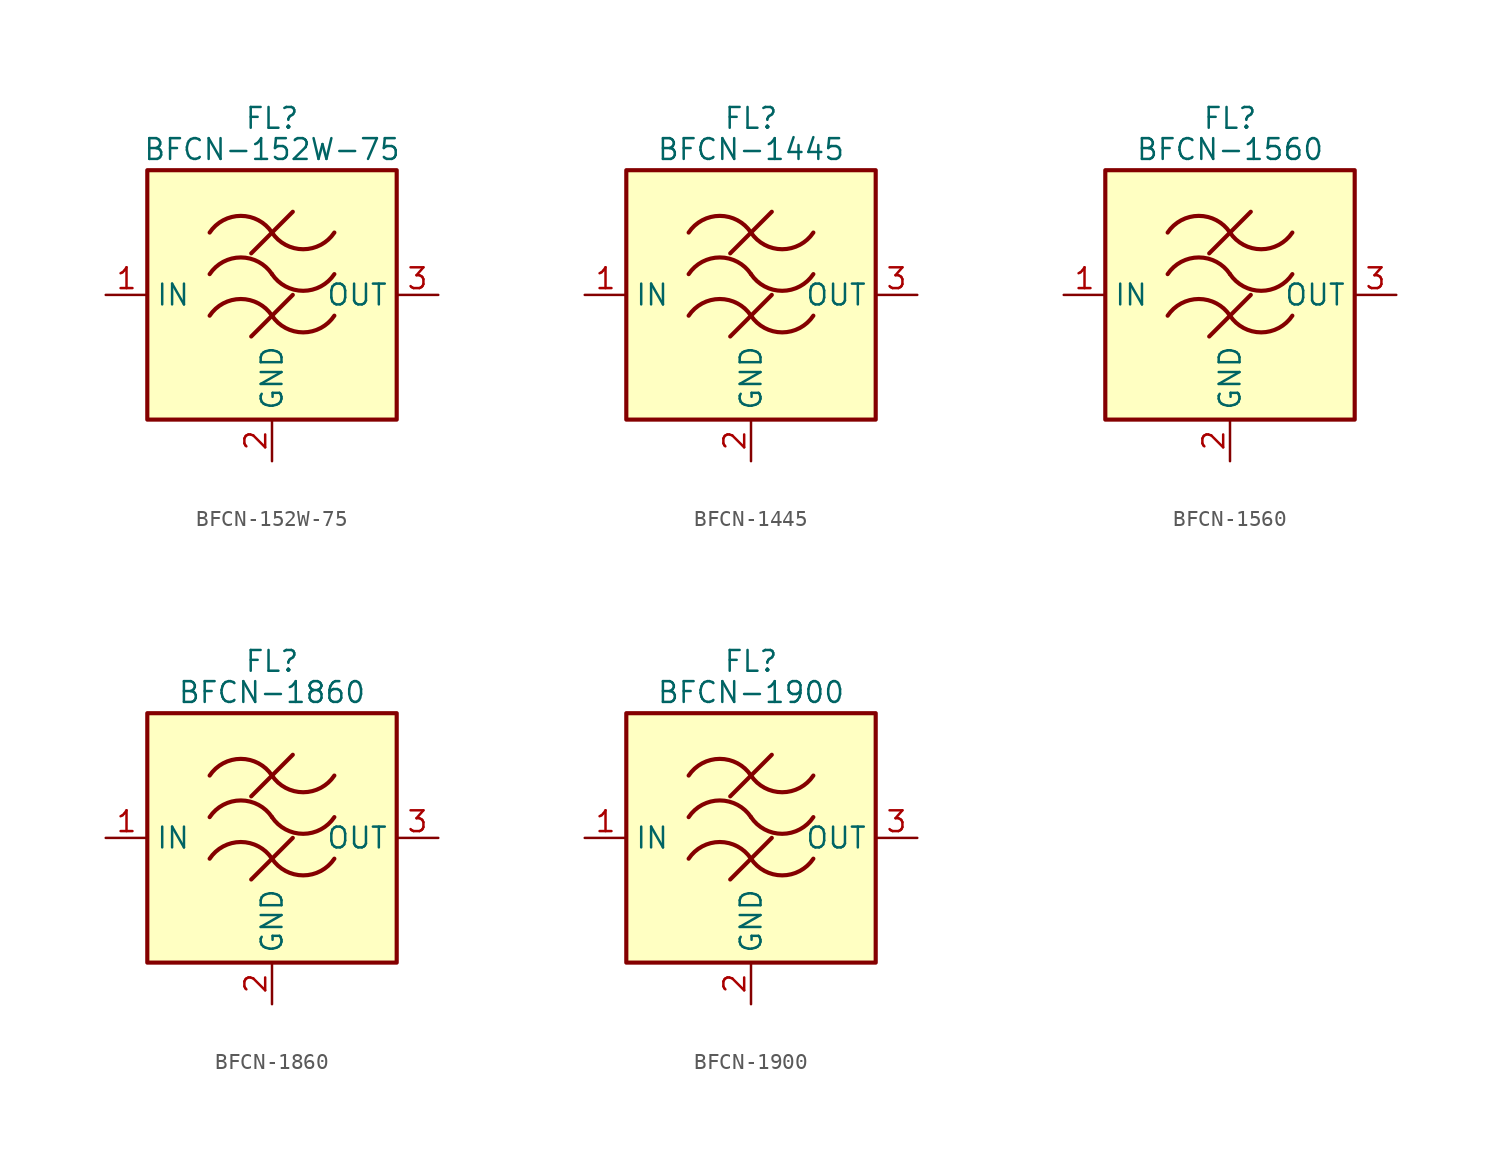
<source format=kicad_sym>
(kicad_symbol_lib
  (version 20201005)
  (generator kicad_symbol_editor)
  (symbol "RF_Filter:BFCN-152W-75"
    (property "Reference" "FL"
      (at 0 10.795 0)
      (effects (font (size 1.27 1.27))))
    (property "Value" "BFCN-152W-75"
      (at 0 8.89 0)
      (effects (font (size 1.27 1.27))))
    (symbol "BFCN-152W-75_0_1"
      (arc (start -3.81 -1.27) (end 0 -1.27) (radius (at -1.905 -2.54) (length 2.286) (angles 146.3 33.7)) (stroke (width 0.254)) (fill (type none)))
      (arc (start -3.81 1.27) (end 0 1.27) (radius (at -1.905 0) (length 2.286) (angles 146.3 33.7)) (stroke (width 0.254)) (fill (type none)))
      (arc (start -3.81 3.81) (end 0 3.81) (radius (at -1.905 2.54) (length 2.286) (angles 146.3 33.7)) (stroke (width 0.254)) (fill (type none)))
      (arc (start 0 -1.27) (end 3.81 -1.27) (radius (at 1.905 0) (length 2.286) (angles -146.3 -33.7)) (stroke (width 0.254)) (fill (type none)))
      (arc (start 0 1.27) (end 3.81 1.27) (radius (at 1.905 2.54) (length 2.286) (angles -146.3 -33.7)) (stroke (width 0.254)) (fill (type none)))
      (arc (start 0 3.81) (end 3.81 3.81) (radius (at 1.905 5.08) (length 2.286) (angles -146.3 -33.7)) (stroke (width 0.254)) (fill (type none)))
      (rectangle (start -7.62 7.62) (end 7.62 -7.62) (stroke (width 0.254)) (fill (type background)))
      (polyline (pts (xy -1.27 -2.54) (xy 1.27 0)) (stroke (width 0.254)) (fill (type none)))
      (polyline (pts (xy -1.27 2.54) (xy 1.27 5.08)) (stroke (width 0.254)) (fill (type none))))
    (symbol "BFCN-152W-75_1_1"
      (pin passive line (at -10.16 0 0) (length 2.54) (name "IN" (effects (font (size 1.27 1.27)))) (number "1" (effects (font (size 1.27 1.27)))))
      (pin passive line (at 0 -10.16 90) (length 2.54) (name "GND" (effects (font (size 1.27 1.27)))) (number "2" (effects (font (size 1.27 1.27)))))
      (pin passive line (at 10.16 0 180) (length 2.54) (name "OUT" (effects (font (size 1.27 1.27)))) (number "3" (effects (font (size 1.27 1.27)))))))
  (symbol "RF_Filter:BFCN-1445"
    (property "Reference" "FL"
      (at 0 10.795 0)
      (effects (font (size 1.27 1.27))))
    (property "Value" "BFCN-1445"
      (at 0 8.89 0)
      (effects (font (size 1.27 1.27))))
    (symbol "BFCN-1445_0_1"
      (arc (start -3.81 -1.27) (end 0 -1.27) (radius (at -1.905 -2.54) (length 2.286) (angles 146.3 33.7)) (stroke (width 0.254)) (fill (type none)))
      (arc (start -3.81 1.27) (end 0 1.27) (radius (at -1.905 0) (length 2.286) (angles 146.3 33.7)) (stroke (width 0.254)) (fill (type none)))
      (arc (start -3.81 3.81) (end 0 3.81) (radius (at -1.905 2.54) (length 2.286) (angles 146.3 33.7)) (stroke (width 0.254)) (fill (type none)))
      (arc (start 0 -1.27) (end 3.81 -1.27) (radius (at 1.905 0) (length 2.286) (angles -146.3 -33.7)) (stroke (width 0.254)) (fill (type none)))
      (arc (start 0 1.27) (end 3.81 1.27) (radius (at 1.905 2.54) (length 2.286) (angles -146.3 -33.7)) (stroke (width 0.254)) (fill (type none)))
      (arc (start 0 3.81) (end 3.81 3.81) (radius (at 1.905 5.08) (length 2.286) (angles -146.3 -33.7)) (stroke (width 0.254)) (fill (type none)))
      (rectangle (start -7.62 7.62) (end 7.62 -7.62) (stroke (width 0.254)) (fill (type background)))
      (polyline (pts (xy -1.27 -2.54) (xy 1.27 0)) (stroke (width 0.254)) (fill (type none)))
      (polyline (pts (xy -1.27 2.54) (xy 1.27 5.08)) (stroke (width 0.254)) (fill (type none))))
    (symbol "BFCN-1445_1_1"
      (pin passive line (at -10.16 0 0) (length 2.54) (name "IN" (effects (font (size 1.27 1.27)))) (number "1" (effects (font (size 1.27 1.27)))))
      (pin passive line (at 0 -10.16 90) (length 2.54) (name "GND" (effects (font (size 1.27 1.27)))) (number "2" (effects (font (size 1.27 1.27)))))
      (pin passive line (at 10.16 0 180) (length 2.54) (name "OUT" (effects (font (size 1.27 1.27)))) (number "3" (effects (font (size 1.27 1.27)))))
      (pin passive line (at 0 -10.16 90) (length 2.54) hide (name "GND" (effects (font (size 1.27 1.27)))) (number "4" (effects (font (size 1.27 1.27)))))))
  (symbol "RF_Filter:BFCN-1560"
    (property "Reference" "FL"
      (at 0 10.795 0)
      (effects (font (size 1.27 1.27))))
    (property "Value" "BFCN-1560"
      (at 0 8.89 0)
      (effects (font (size 1.27 1.27))))
    (symbol "BFCN-1560_0_1"
      (arc (start -3.81 -1.27) (end 0 -1.27) (radius (at -1.905 -2.54) (length 2.286) (angles 146.3 33.7)) (stroke (width 0.254)) (fill (type none)))
      (arc (start -3.81 1.27) (end 0 1.27) (radius (at -1.905 0) (length 2.286) (angles 146.3 33.7)) (stroke (width 0.254)) (fill (type none)))
      (arc (start -3.81 3.81) (end 0 3.81) (radius (at -1.905 2.54) (length 2.286) (angles 146.3 33.7)) (stroke (width 0.254)) (fill (type none)))
      (arc (start 0 -1.27) (end 3.81 -1.27) (radius (at 1.905 0) (length 2.286) (angles -146.3 -33.7)) (stroke (width 0.254)) (fill (type none)))
      (arc (start 0 1.27) (end 3.81 1.27) (radius (at 1.905 2.54) (length 2.286) (angles -146.3 -33.7)) (stroke (width 0.254)) (fill (type none)))
      (arc (start 0 3.81) (end 3.81 3.81) (radius (at 1.905 5.08) (length 2.286) (angles -146.3 -33.7)) (stroke (width 0.254)) (fill (type none)))
      (rectangle (start -7.62 7.62) (end 7.62 -7.62) (stroke (width 0.254)) (fill (type background)))
      (polyline (pts (xy -1.27 -2.54) (xy 1.27 0)) (stroke (width 0.254)) (fill (type none)))
      (polyline (pts (xy -1.27 2.54) (xy 1.27 5.08)) (stroke (width 0.254)) (fill (type none))))
    (symbol "BFCN-1560_1_1"
      (pin passive line (at -10.16 0 0) (length 2.54) (name "IN" (effects (font (size 1.27 1.27)))) (number "1" (effects (font (size 1.27 1.27)))))
      (pin passive line (at 0 -10.16 90) (length 2.54) (name "GND" (effects (font (size 1.27 1.27)))) (number "2" (effects (font (size 1.27 1.27)))))
      (pin passive line (at 10.16 0 180) (length 2.54) (name "OUT" (effects (font (size 1.27 1.27)))) (number "3" (effects (font (size 1.27 1.27)))))
      (pin passive line (at 0 -10.16 90) (length 2.54) hide (name "GND" (effects (font (size 1.27 1.27)))) (number "4" (effects (font (size 1.27 1.27)))))
      (pin passive line (at 0 -10.16 90) (length 2.54) hide (name "GND" (effects (font (size 1.27 1.27)))) (number "5" (effects (font (size 1.27 1.27)))))
      (pin passive line (at 0 -10.16 90) (length 2.54) hide (name "GND" (effects (font (size 1.27 1.27)))) (number "6" (effects (font (size 1.27 1.27)))))))
  (symbol "RF_Filter:BFCN-1860"
    (property "Reference" "FL"
      (at 0 10.795 0)
      (effects (font (size 1.27 1.27))))
    (property "Value" "BFCN-1860"
      (at 0 8.89 0)
      (effects (font (size 1.27 1.27))))
    (symbol "BFCN-1860_0_1"
      (arc (start -3.81 -1.27) (end 0 -1.27) (radius (at -1.905 -2.54) (length 2.286) (angles 146.3 33.7)) (stroke (width 0.254)) (fill (type none)))
      (arc (start -3.81 1.27) (end 0 1.27) (radius (at -1.905 0) (length 2.286) (angles 146.3 33.7)) (stroke (width 0.254)) (fill (type none)))
      (arc (start -3.81 3.81) (end 0 3.81) (radius (at -1.905 2.54) (length 2.286) (angles 146.3 33.7)) (stroke (width 0.254)) (fill (type none)))
      (arc (start 0 -1.27) (end 3.81 -1.27) (radius (at 1.905 0) (length 2.286) (angles -146.3 -33.7)) (stroke (width 0.254)) (fill (type none)))
      (arc (start 0 1.27) (end 3.81 1.27) (radius (at 1.905 2.54) (length 2.286) (angles -146.3 -33.7)) (stroke (width 0.254)) (fill (type none)))
      (arc (start 0 3.81) (end 3.81 3.81) (radius (at 1.905 5.08) (length 2.286) (angles -146.3 -33.7)) (stroke (width 0.254)) (fill (type none)))
      (rectangle (start -7.62 7.62) (end 7.62 -7.62) (stroke (width 0.254)) (fill (type background)))
      (polyline (pts (xy -1.27 -2.54) (xy 1.27 0)) (stroke (width 0.254)) (fill (type none)))
      (polyline (pts (xy -1.27 2.54) (xy 1.27 5.08)) (stroke (width 0.254)) (fill (type none))))
    (symbol "BFCN-1860_1_1"
      (pin passive line (at -10.16 0 0) (length 2.54) (name "IN" (effects (font (size 1.27 1.27)))) (number "1" (effects (font (size 1.27 1.27)))))
      (pin passive line (at 0 -10.16 90) (length 2.54) (name "GND" (effects (font (size 1.27 1.27)))) (number "2" (effects (font (size 1.27 1.27)))))
      (pin passive line (at 10.16 0 180) (length 2.54) (name "OUT" (effects (font (size 1.27 1.27)))) (number "3" (effects (font (size 1.27 1.27)))))
      (pin passive line (at 0 -10.16 90) (length 2.54) hide (name "GND" (effects (font (size 1.27 1.27)))) (number "4" (effects (font (size 1.27 1.27)))))))
  (symbol "RF_Filter:BFCN-1900"
    (property "Reference" "FL"
      (at 0 10.795 0)
      (effects (font (size 1.27 1.27))))
    (property "Value" "BFCN-1900"
      (at 0 8.89 0)
      (effects (font (size 1.27 1.27))))
    (symbol "BFCN-1900_0_1"
      (arc (start -3.81 -1.27) (end 0 -1.27) (radius (at -1.905 -2.54) (length 2.286) (angles 146.3 33.7)) (stroke (width 0.254)) (fill (type none)))
      (arc (start -3.81 1.27) (end 0 1.27) (radius (at -1.905 0) (length 2.286) (angles 146.3 33.7)) (stroke (width 0.254)) (fill (type none)))
      (arc (start -3.81 3.81) (end 0 3.81) (radius (at -1.905 2.54) (length 2.286) (angles 146.3 33.7)) (stroke (width 0.254)) (fill (type none)))
      (arc (start 0 -1.27) (end 3.81 -1.27) (radius (at 1.905 0) (length 2.286) (angles -146.3 -33.7)) (stroke (width 0.254)) (fill (type none)))
      (arc (start 0 1.27) (end 3.81 1.27) (radius (at 1.905 2.54) (length 2.286) (angles -146.3 -33.7)) (stroke (width 0.254)) (fill (type none)))
      (arc (start 0 3.81) (end 3.81 3.81) (radius (at 1.905 5.08) (length 2.286) (angles -146.3 -33.7)) (stroke (width 0.254)) (fill (type none)))
      (rectangle (start -7.62 7.62) (end 7.62 -7.62) (stroke (width 0.254)) (fill (type background)))
      (polyline (pts (xy -1.27 -2.54) (xy 1.27 0)) (stroke (width 0.254)) (fill (type none)))
      (polyline (pts (xy -1.27 2.54) (xy 1.27 5.08)) (stroke (width 0.254)) (fill (type none))))
    (symbol "BFCN-1900_1_1"
      (pin passive line (at -10.16 0 0) (length 2.54) (name "IN" (effects (font (size 1.27 1.27)))) (number "1" (effects (font (size 1.27 1.27)))))
      (pin passive line (at 0 -10.16 90) (length 2.54) (name "GND" (effects (font (size 1.27 1.27)))) (number "2" (effects (font (size 1.27 1.27)))))
      (pin passive line (at 10.16 0 180) (length 2.54) (name "OUT" (effects (font (size 1.27 1.27)))) (number "3" (effects (font (size 1.27 1.27)))))
      (pin passive line (at 0 -10.16 90) (length 2.54) hide (name "GND" (effects (font (size 1.27 1.27)))) (number "4" (effects (font (size 1.27 1.27))))))))
</source>
